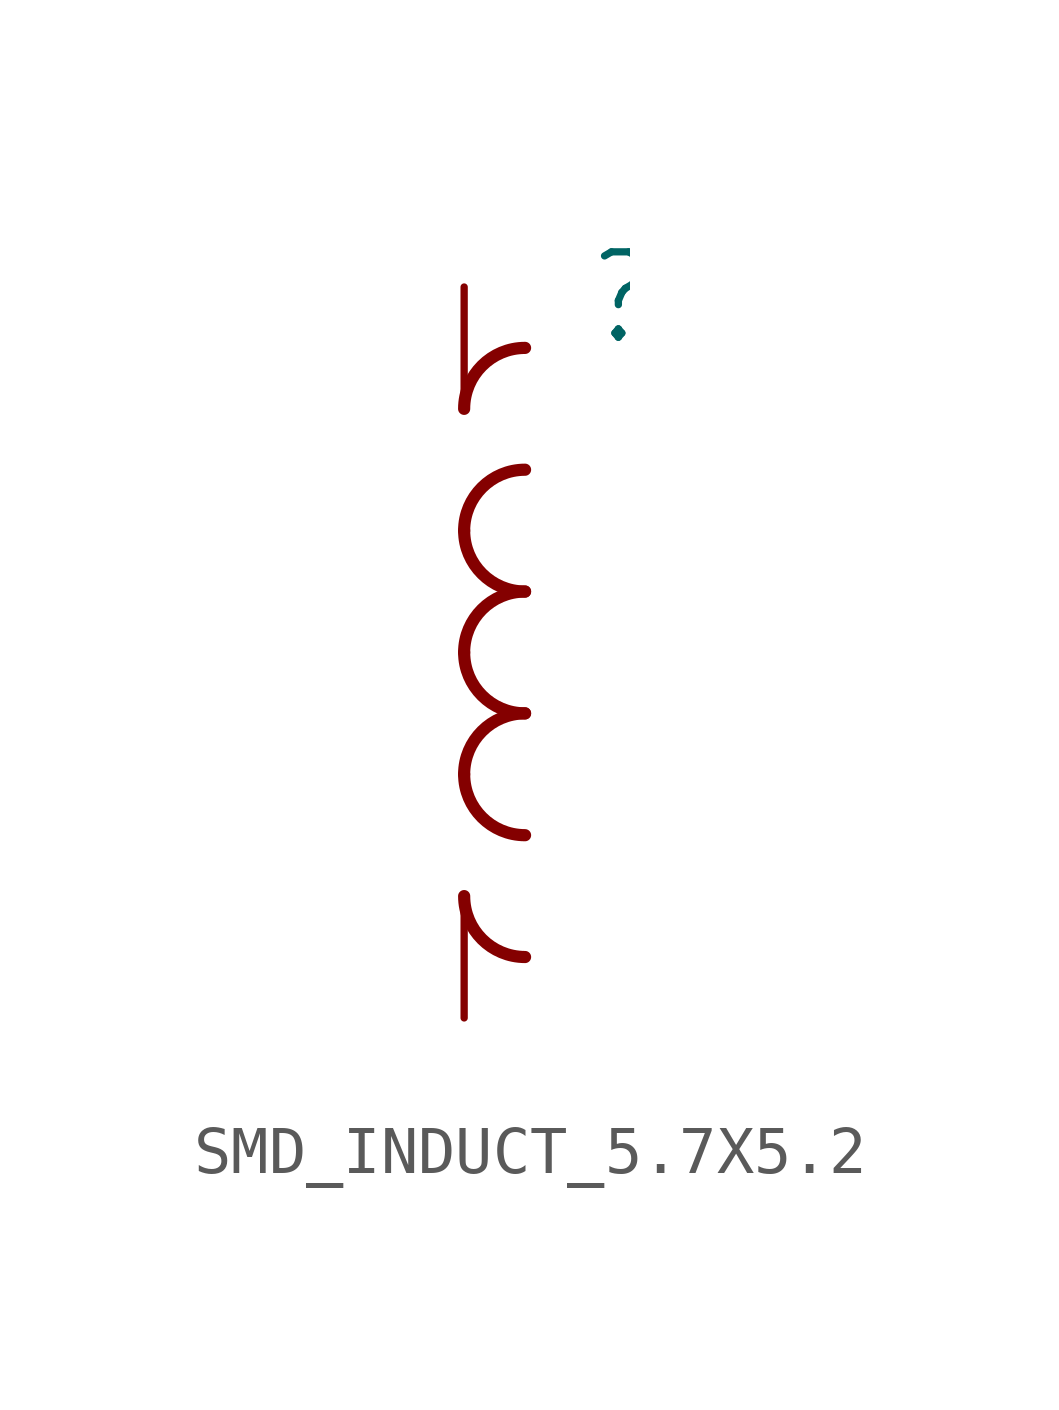
<source format=kicad_sym>
(kicad_symbol_lib
  (version 20241209)
  (generator "kicad_symbol_editor")
  (generator_version "9.0")
  (symbol "SMD_INDUCT_5.7X5.2"
    (property "Reference" ""
      (at 2.54 6.35 0)
      (effects (font (size 1.778 1.511)) (justify left bottom)))
    (property "Value" ""
      (at 2.54 -6.35 0)
      (effects (font (size 1.778 1.511)) (justify left bottom)))
    (property "ki_locked" ""
      (at 0 0 0)
      (effects (font (size 1.27 1.27))))
    (symbol "SMD_INDUCT_5.7X5.2_1_0"
      (arc (start 0 5.08) (mid 0.372 5.978) (end 1.27 6.35) (stroke (width 0.254) (type solid)) (fill (type none)))
      (arc (start 0 2.54) (mid 0.372 3.438) (end 1.27 3.81) (stroke (width 0.254) (type solid)) (fill (type none)))
      (arc (start 1.27 1.27) (mid 0.372 1.642) (end 0 2.54) (stroke (width 0.254) (type solid)) (fill (type none)))
      (arc (start 0 0) (mid 0.372 0.898) (end 1.27 1.27) (stroke (width 0.254) (type solid)) (fill (type none)))
      (arc (start 1.27 -1.27) (mid 0.372 -0.898) (end 0 0) (stroke (width 0.254) (type solid)) (fill (type none)))
      (arc (start 0 -2.54) (mid 0.372 -1.642) (end 1.27 -1.27) (stroke (width 0.254) (type solid)) (fill (type none)))
      (arc (start 1.27 -3.81) (mid 0.372 -3.438) (end 0 -2.54) (stroke (width 0.254) (type solid)) (fill (type none)))
      (arc (start 1.27 -6.35) (mid 0.372 -5.978) (end 0 -5.08) (stroke (width 0.254) (type solid)) (fill (type none)))
      (pin passive line (at 0 7.62 270) (length 2.54) (name "1" (effects (font (size 0 0)))) (number "P$1" (effects (font (size 0 0)))))
      (pin passive line (at 0 -7.62 90) (length 2.54) (name "2" (effects (font (size 0 0)))) (number "P$2" (effects (font (size 0 0))))))))
</source>
